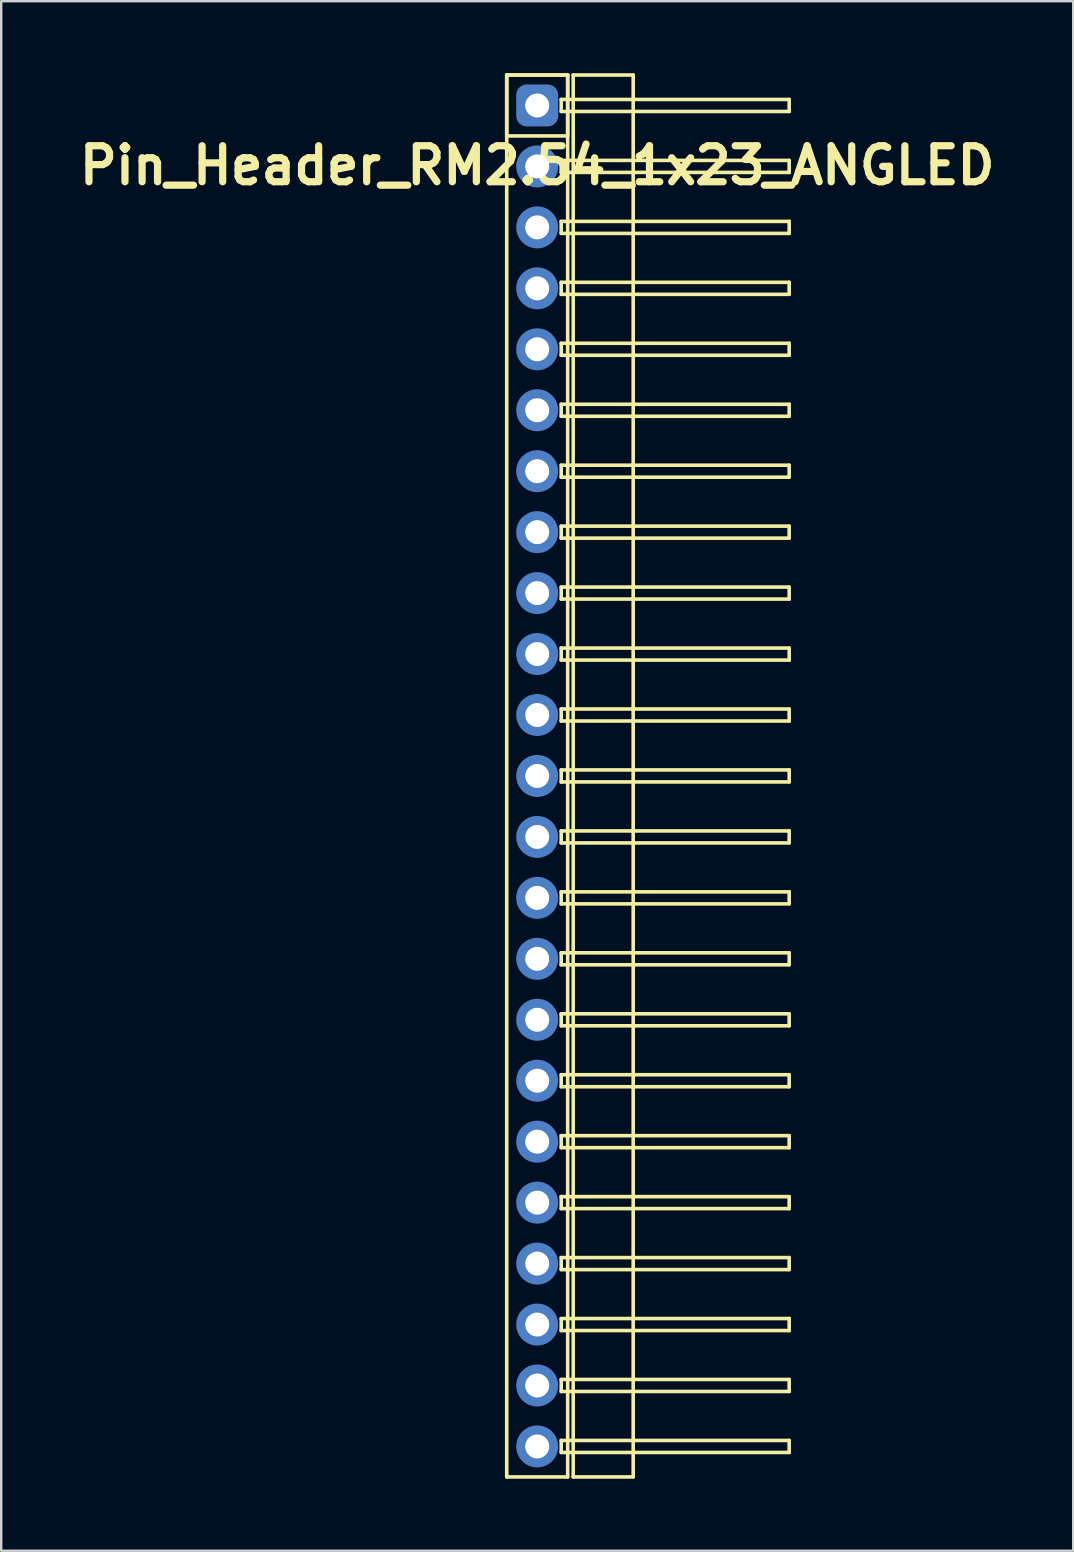
<source format=kicad_pcb>
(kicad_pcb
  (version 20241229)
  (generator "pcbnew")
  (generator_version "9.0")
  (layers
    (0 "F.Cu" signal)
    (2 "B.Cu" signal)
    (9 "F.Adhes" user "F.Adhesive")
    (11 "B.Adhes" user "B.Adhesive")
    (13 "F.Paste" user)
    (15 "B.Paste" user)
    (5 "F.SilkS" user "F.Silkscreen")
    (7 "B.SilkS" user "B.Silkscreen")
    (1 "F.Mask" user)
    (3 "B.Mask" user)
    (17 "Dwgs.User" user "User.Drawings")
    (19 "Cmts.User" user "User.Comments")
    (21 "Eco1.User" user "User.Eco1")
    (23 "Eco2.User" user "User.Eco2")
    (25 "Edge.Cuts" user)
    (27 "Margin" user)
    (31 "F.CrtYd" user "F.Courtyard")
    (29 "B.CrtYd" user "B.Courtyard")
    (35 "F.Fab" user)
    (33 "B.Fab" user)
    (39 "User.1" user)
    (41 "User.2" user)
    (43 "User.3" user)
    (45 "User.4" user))
  (footprint "Pin_Header_RM2.54_1x23_ANGLED"
    (layer "F.Cu")
    (at 19.336 1.345)
    (property "Reference" "Pin_Header_RM2.54_1x23_ANGLED" (at 0 2.5 0) (layer "F.SilkS") (effects (font (size 1.5 1.5) (thickness 0.3))))
    (attr through_hole)
    (fp_line (start -1.27 -1.27) (end 1.27 -1.27) (stroke (width 0.15) (type solid)) (layer "F.SilkS"))
    (fp_line (start -1.27 -1.27) (end 1.27 -1.27) (stroke (width 0.15) (type solid)) (layer "F.SilkS"))
    (fp_line (start -1.27 1.27) (end -1.27 -1.27) (stroke (width 0.15) (type solid)) (layer "F.SilkS"))
    (fp_line (start -1.27 57.15) (end -1.27 -1.27) (stroke (width 0.15) (type solid)) (layer "F.SilkS"))
    (fp_line (start 1 -0.25) (end 10.5 -0.25) (stroke (width 0.15) (type solid)) (layer "F.SilkS"))
    (fp_line (start 1 0.25) (end 1 -0.25) (stroke (width 0.15) (type solid)) (layer "F.SilkS"))
    (fp_line (start 1 2.29) (end 10.5 2.29) (stroke (width 0.15) (type solid)) (layer "F.SilkS"))
    (fp_line (start 1 2.79) (end 1 2.29) (stroke (width 0.15) (type solid)) (layer "F.SilkS"))
    (fp_line (start 1 4.83) (end 10.5 4.83) (stroke (width 0.15) (type solid)) (layer "F.SilkS"))
    (fp_line (start 1 5.33) (end 1 4.83) (stroke (width 0.15) (type solid)) (layer "F.SilkS"))
    (fp_line (start 1 7.37) (end 10.5 7.37) (stroke (width 0.15) (type solid)) (layer "F.SilkS"))
    (fp_line (start 1 7.87) (end 1 7.37) (stroke (width 0.15) (type solid)) (layer "F.SilkS"))
    (fp_line (start 1 9.91) (end 10.5 9.91) (stroke (width 0.15) (type solid)) (layer "F.SilkS"))
    (fp_line (start 1 10.41) (end 1 9.91) (stroke (width 0.15) (type solid)) (layer "F.SilkS"))
    (fp_line (start 1 12.45) (end 10.5 12.45) (stroke (width 0.15) (type solid)) (layer "F.SilkS"))
    (fp_line (start 1 12.95) (end 1 12.45) (stroke (width 0.15) (type solid)) (layer "F.SilkS"))
    (fp_line (start 1 14.99) (end 10.5 14.99) (stroke (width 0.15) (type solid)) (layer "F.SilkS"))
    (fp_line (start 1 15.49) (end 1 14.99) (stroke (width 0.15) (type solid)) (layer "F.SilkS"))
    (fp_line (start 1 17.53) (end 10.5 17.53) (stroke (width 0.15) (type solid)) (layer "F.SilkS"))
    (fp_line (start 1 18.03) (end 1 17.53) (stroke (width 0.15) (type solid)) (layer "F.SilkS"))
    (fp_line (start 1 20.07) (end 10.5 20.07) (stroke (width 0.15) (type solid)) (layer "F.SilkS"))
    (fp_line (start 1 20.57) (end 1 20.07) (stroke (width 0.15) (type solid)) (layer "F.SilkS"))
    (fp_line (start 1 22.61) (end 10.5 22.61) (stroke (width 0.15) (type solid)) (layer "F.SilkS"))
    (fp_line (start 1 23.11) (end 1 22.61) (stroke (width 0.15) (type solid)) (layer "F.SilkS"))
    (fp_line (start 1 25.15) (end 10.5 25.15) (stroke (width 0.15) (type solid)) (layer "F.SilkS"))
    (fp_line (start 1 25.65) (end 1 25.15) (stroke (width 0.15) (type solid)) (layer "F.SilkS"))
    (fp_line (start 1 27.69) (end 10.5 27.69) (stroke (width 0.15) (type solid)) (layer "F.SilkS"))
    (fp_line (start 1 28.19) (end 1 27.69) (stroke (width 0.15) (type solid)) (layer "F.SilkS"))
    (fp_line (start 1 30.23) (end 10.5 30.23) (stroke (width 0.15) (type solid)) (layer "F.SilkS"))
    (fp_line (start 1 30.73) (end 1 30.23) (stroke (width 0.15) (type solid)) (layer "F.SilkS"))
    (fp_line (start 1 32.77) (end 10.5 32.77) (stroke (width 0.15) (type solid)) (layer "F.SilkS"))
    (fp_line (start 1 33.27) (end 1 32.77) (stroke (width 0.15) (type solid)) (layer "F.SilkS"))
    (fp_line (start 1 35.31) (end 10.5 35.31) (stroke (width 0.15) (type solid)) (layer "F.SilkS"))
    (fp_line (start 1 35.81) (end 1 35.31) (stroke (width 0.15) (type solid)) (layer "F.SilkS"))
    (fp_line (start 1 37.85) (end 10.5 37.85) (stroke (width 0.15) (type solid)) (layer "F.SilkS"))
    (fp_line (start 1 38.35) (end 1 37.85) (stroke (width 0.15) (type solid)) (layer "F.SilkS"))
    (fp_line (start 1 40.39) (end 10.5 40.39) (stroke (width 0.15) (type solid)) (layer "F.SilkS"))
    (fp_line (start 1 40.89) (end 1 40.39) (stroke (width 0.15) (type solid)) (layer "F.SilkS"))
    (fp_line (start 1 42.93) (end 10.5 42.93) (stroke (width 0.15) (type solid)) (layer "F.SilkS"))
    (fp_line (start 1 43.43) (end 1 42.93) (stroke (width 0.15) (type solid)) (layer "F.SilkS"))
    (fp_line (start 1 45.47) (end 10.5 45.47) (stroke (width 0.15) (type solid)) (layer "F.SilkS"))
    (fp_line (start 1 45.97) (end 1 45.47) (stroke (width 0.15) (type solid)) (layer "F.SilkS"))
    (fp_line (start 1 48.01) (end 10.5 48.01) (stroke (width 0.15) (type solid)) (layer "F.SilkS"))
    (fp_line (start 1 48.51) (end 1 48.01) (stroke (width 0.15) (type solid)) (layer "F.SilkS"))
    (fp_line (start 1 50.55) (end 10.5 50.55) (stroke (width 0.15) (type solid)) (layer "F.SilkS"))
    (fp_line (start 1 51.05) (end 1 50.55) (stroke (width 0.15) (type solid)) (layer "F.SilkS"))
    (fp_line (start 1 53.09) (end 10.5 53.09) (stroke (width 0.15) (type solid)) (layer "F.SilkS"))
    (fp_line (start 1 53.59) (end 1 53.09) (stroke (width 0.15) (type solid)) (layer "F.SilkS"))
    (fp_line (start 1 55.63) (end 10.5 55.63) (stroke (width 0.15) (type solid)) (layer "F.SilkS"))
    (fp_line (start 1 56.13) (end 1 55.63) (stroke (width 0.15) (type solid)) (layer "F.SilkS"))
    (fp_line (start 1.27 -1.27) (end 1.27 1.27) (stroke (width 0.15) (type solid)) (layer "F.SilkS"))
    (fp_line (start 1.27 -1.27) (end 1.27 57.15) (stroke (width 0.15) (type solid)) (layer "F.SilkS"))
    (fp_line (start 1.27 1.27) (end -1.27 1.27) (stroke (width 0.15) (type solid)) (layer "F.SilkS"))
    (fp_line (start 1.27 57.15) (end -1.27 57.15) (stroke (width 0.15) (type solid)) (layer "F.SilkS"))
    (fp_line (start 1.5 -1.27) (end 4 -1.27) (stroke (width 0.15) (type solid)) (layer "F.SilkS"))
    (fp_line (start 1.5 57.15) (end 1.5 -1.27) (stroke (width 0.15) (type solid)) (layer "F.SilkS"))
    (fp_line (start 4 -1.27) (end 4 57.15) (stroke (width 0.15) (type solid)) (layer "F.SilkS"))
    (fp_line (start 4 57.15) (end 1.5 57.15) (stroke (width 0.15) (type solid)) (layer "F.SilkS"))
    (fp_line (start 10.5 -0.25) (end 10.5 0.25) (stroke (width 0.15) (type solid)) (layer "F.SilkS"))
    (fp_line (start 10.5 0.25) (end 1 0.25) (stroke (width 0.15) (type solid)) (layer "F.SilkS"))
    (fp_line (start 10.5 2.29) (end 10.5 2.79) (stroke (width 0.15) (type solid)) (layer "F.SilkS"))
    (fp_line (start 10.5 2.79) (end 1 2.79) (stroke (width 0.15) (type solid)) (layer "F.SilkS"))
    (fp_line (start 10.5 4.83) (end 10.5 5.33) (stroke (width 0.15) (type solid)) (layer "F.SilkS"))
    (fp_line (start 10.5 5.33) (end 1 5.33) (stroke (width 0.15) (type solid)) (layer "F.SilkS"))
    (fp_line (start 10.5 7.37) (end 10.5 7.87) (stroke (width 0.15) (type solid)) (layer "F.SilkS"))
    (fp_line (start 10.5 7.87) (end 1 7.87) (stroke (width 0.15) (type solid)) (layer "F.SilkS"))
    (fp_line (start 10.5 9.91) (end 10.5 10.41) (stroke (width 0.15) (type solid)) (layer "F.SilkS"))
    (fp_line (start 10.5 10.41) (end 1 10.41) (stroke (width 0.15) (type solid)) (layer "F.SilkS"))
    (fp_line (start 10.5 12.45) (end 10.5 12.95) (stroke (width 0.15) (type solid)) (layer "F.SilkS"))
    (fp_line (start 10.5 12.95) (end 1 12.95) (stroke (width 0.15) (type solid)) (layer "F.SilkS"))
    (fp_line (start 10.5 14.99) (end 10.5 15.49) (stroke (width 0.15) (type solid)) (layer "F.SilkS"))
    (fp_line (start 10.5 15.49) (end 1 15.49) (stroke (width 0.15) (type solid)) (layer "F.SilkS"))
    (fp_line (start 10.5 17.53) (end 10.5 18.03) (stroke (width 0.15) (type solid)) (layer "F.SilkS"))
    (fp_line (start 10.5 18.03) (end 1 18.03) (stroke (width 0.15) (type solid)) (layer "F.SilkS"))
    (fp_line (start 10.5 20.07) (end 10.5 20.57) (stroke (width 0.15) (type solid)) (layer "F.SilkS"))
    (fp_line (start 10.5 20.57) (end 1 20.57) (stroke (width 0.15) (type solid)) (layer "F.SilkS"))
    (fp_line (start 10.5 22.61) (end 10.5 23.11) (stroke (width 0.15) (type solid)) (layer "F.SilkS"))
    (fp_line (start 10.5 23.11) (end 1 23.11) (stroke (width 0.15) (type solid)) (layer "F.SilkS"))
    (fp_line (start 10.5 25.15) (end 10.5 25.65) (stroke (width 0.15) (type solid)) (layer "F.SilkS"))
    (fp_line (start 10.5 25.65) (end 1 25.65) (stroke (width 0.15) (type solid)) (layer "F.SilkS"))
    (fp_line (start 10.5 27.69) (end 10.5 28.19) (stroke (width 0.15) (type solid)) (layer "F.SilkS"))
    (fp_line (start 10.5 28.19) (end 1 28.19) (stroke (width 0.15) (type solid)) (layer "F.SilkS"))
    (fp_line (start 10.5 30.23) (end 10.5 30.73) (stroke (width 0.15) (type solid)) (layer "F.SilkS"))
    (fp_line (start 10.5 30.73) (end 1 30.73) (stroke (width 0.15) (type solid)) (layer "F.SilkS"))
    (fp_line (start 10.5 32.77) (end 10.5 33.27) (stroke (width 0.15) (type solid)) (layer "F.SilkS"))
    (fp_line (start 10.5 33.27) (end 1 33.27) (stroke (width 0.15) (type solid)) (layer "F.SilkS"))
    (fp_line (start 10.5 35.31) (end 10.5 35.81) (stroke (width 0.15) (type solid)) (layer "F.SilkS"))
    (fp_line (start 10.5 35.81) (end 1 35.81) (stroke (width 0.15) (type solid)) (layer "F.SilkS"))
    (fp_line (start 10.5 37.85) (end 10.5 38.35) (stroke (width 0.15) (type solid)) (layer "F.SilkS"))
    (fp_line (start 10.5 38.35) (end 1 38.35) (stroke (width 0.15) (type solid)) (layer "F.SilkS"))
    (fp_line (start 10.5 40.39) (end 10.5 40.89) (stroke (width 0.15) (type solid)) (layer "F.SilkS"))
    (fp_line (start 10.5 40.89) (end 1 40.89) (stroke (width 0.15) (type solid)) (layer "F.SilkS"))
    (fp_line (start 10.5 42.93) (end 10.5 43.43) (stroke (width 0.15) (type solid)) (layer "F.SilkS"))
    (fp_line (start 10.5 43.43) (end 1 43.43) (stroke (width 0.15) (type solid)) (layer "F.SilkS"))
    (fp_line (start 10.5 45.47) (end 10.5 45.97) (stroke (width 0.15) (type solid)) (layer "F.SilkS"))
    (fp_line (start 10.5 45.97) (end 1 45.97) (stroke (width 0.15) (type solid)) (layer "F.SilkS"))
    (fp_line (start 10.5 48.01) (end 10.5 48.51) (stroke (width 0.15) (type solid)) (layer "F.SilkS"))
    (fp_line (start 10.5 48.51) (end 1 48.51) (stroke (width 0.15) (type solid)) (layer "F.SilkS"))
    (fp_line (start 10.5 50.55) (end 10.5 51.05) (stroke (width 0.15) (type solid)) (layer "F.SilkS"))
    (fp_line (start 10.5 51.05) (end 1 51.05) (stroke (width 0.15) (type solid)) (layer "F.SilkS"))
    (fp_line (start 10.5 53.09) (end 10.5 53.59) (stroke (width 0.15) (type solid)) (layer "F.SilkS"))
    (fp_line (start 10.5 53.59) (end 1 53.59) (stroke (width 0.15) (type solid)) (layer "F.SilkS"))
    (fp_line (start 10.5 55.63) (end 10.5 56.13) (stroke (width 0.15) (type solid)) (layer "F.SilkS"))
    (fp_line (start 10.5 56.13) (end 1 56.13) (stroke (width 0.15) (type solid)) (layer "F.SilkS"))
    (pad "1" thru_hole circle (at 0 0) (size 1.3 1.3) (drill 1) (layers "*.Cu" "*.Mask"))
    (pad "1" smd roundrect (at 0 0) (size 1.5 1.5) (layers "F.Cu" "F.Mask") (roundrect_rratio 0.25))
    (pad "1" smd roundrect (at 0 0) (size 1.75 1.75) (layers "B.Cu" "B.Mask") (roundrect_rratio 0.25))
    (pad "2" thru_hole circle (at 0 2.54) (size 1.3 1.3) (drill 1) (layers "*.Cu" "*.Mask"))
    (pad "2" smd circle (at 0 2.54) (size 1.5 1.5) (layers "F.Cu" "F.Mask"))
    (pad "2" smd circle (at 0 2.54) (size 1.75 1.75) (layers "B.Cu" "B.Mask"))
    (pad "3" thru_hole circle (at 0 5.08) (size 1.3 1.3) (drill 1) (layers "*.Cu" "*.Mask"))
    (pad "3" smd circle (at 0 5.08) (size 1.5 1.5) (layers "F.Cu" "F.Mask"))
    (pad "3" smd circle (at 0 5.08) (size 1.75 1.75) (layers "B.Cu" "B.Mask"))
    (pad "4" thru_hole circle (at 0 7.62) (size 1.3 1.3) (drill 1) (layers "*.Cu" "*.Mask"))
    (pad "4" smd circle (at 0 7.62) (size 1.5 1.5) (layers "F.Cu" "F.Mask"))
    (pad "4" smd circle (at 0 7.62) (size 1.75 1.75) (layers "B.Cu" "B.Mask"))
    (pad "5" thru_hole circle (at 0 10.16) (size 1.3 1.3) (drill 1) (layers "*.Cu" "*.Mask"))
    (pad "5" smd circle (at 0 10.16) (size 1.5 1.5) (layers "F.Cu" "F.Mask"))
    (pad "5" smd circle (at 0 10.16) (size 1.75 1.75) (layers "B.Cu" "B.Mask"))
    (pad "6" thru_hole circle (at 0 12.7) (size 1.3 1.3) (drill 1) (layers "*.Cu" "*.Mask"))
    (pad "6" smd circle (at 0 12.7) (size 1.5 1.5) (layers "F.Cu" "F.Mask"))
    (pad "6" smd circle (at 0 12.7) (size 1.75 1.75) (layers "B.Cu" "B.Mask"))
    (pad "7" thru_hole circle (at 0 15.24) (size 1.3 1.3) (drill 1) (layers "*.Cu" "*.Mask"))
    (pad "7" smd circle (at 0 15.24) (size 1.5 1.5) (layers "F.Cu" "F.Mask"))
    (pad "7" smd circle (at 0 15.24) (size 1.75 1.75) (layers "B.Cu" "B.Mask"))
    (pad "8" thru_hole circle (at 0 17.78) (size 1.3 1.3) (drill 1) (layers "*.Cu" "*.Mask"))
    (pad "8" smd circle (at 0 17.78) (size 1.5 1.5) (layers "F.Cu" "F.Mask"))
    (pad "8" smd circle (at 0 17.78) (size 1.75 1.75) (layers "B.Cu" "B.Mask"))
    (pad "9" thru_hole circle (at 0 20.32) (size 1.3 1.3) (drill 1) (layers "*.Cu" "*.Mask"))
    (pad "9" smd circle (at 0 20.32) (size 1.5 1.5) (layers "F.Cu" "F.Mask"))
    (pad "9" smd circle (at 0 20.32) (size 1.75 1.75) (layers "B.Cu" "B.Mask"))
    (pad "10" thru_hole circle (at 0 22.86) (size 1.3 1.3) (drill 1) (layers "*.Cu" "*.Mask"))
    (pad "10" smd circle (at 0 22.86) (size 1.5 1.5) (layers "F.Cu" "F.Mask"))
    (pad "10" smd circle (at 0 22.86) (size 1.75 1.75) (layers "B.Cu" "B.Mask"))
    (pad "11" thru_hole circle (at 0 25.4) (size 1.3 1.3) (drill 1) (layers "*.Cu" "*.Mask"))
    (pad "11" smd circle (at 0 25.4) (size 1.5 1.5) (layers "F.Cu" "F.Mask"))
    (pad "11" smd circle (at 0 25.4) (size 1.75 1.75) (layers "B.Cu" "B.Mask"))
    (pad "12" thru_hole circle (at 0 27.94) (size 1.3 1.3) (drill 1) (layers "*.Cu" "*.Mask"))
    (pad "12" smd circle (at 0 27.94) (size 1.5 1.5) (layers "F.Cu" "F.Mask"))
    (pad "12" smd circle (at 0 27.94) (size 1.75 1.75) (layers "B.Cu" "B.Mask"))
    (pad "13" thru_hole circle (at 0 30.48) (size 1.3 1.3) (drill 1) (layers "*.Cu" "*.Mask"))
    (pad "13" smd circle (at 0 30.48) (size 1.5 1.5) (layers "F.Cu" "F.Mask"))
    (pad "13" smd circle (at 0 30.48) (size 1.75 1.75) (layers "B.Cu" "B.Mask"))
    (pad "14" thru_hole circle (at 0 33.02) (size 1.3 1.3) (drill 1) (layers "*.Cu" "*.Mask"))
    (pad "14" smd circle (at 0 33.02) (size 1.5 1.5) (layers "F.Cu" "F.Mask"))
    (pad "14" smd circle (at 0 33.02) (size 1.75 1.75) (layers "B.Cu" "B.Mask"))
    (pad "15" thru_hole circle (at 0 35.56) (size 1.3 1.3) (drill 1) (layers "*.Cu" "*.Mask"))
    (pad "15" smd circle (at 0 35.56) (size 1.5 1.5) (layers "F.Cu" "F.Mask"))
    (pad "15" smd circle (at 0 35.56) (size 1.75 1.75) (layers "B.Cu" "B.Mask"))
    (pad "16" thru_hole circle (at 0 38.1) (size 1.3 1.3) (drill 1) (layers "*.Cu" "*.Mask"))
    (pad "16" smd circle (at 0 38.1) (size 1.5 1.5) (layers "F.Cu" "F.Mask"))
    (pad "16" smd circle (at 0 38.1) (size 1.75 1.75) (layers "B.Cu" "B.Mask"))
    (pad "17" thru_hole circle (at 0 40.64) (size 1.3 1.3) (drill 1) (layers "*.Cu" "*.Mask"))
    (pad "17" smd circle (at 0 40.64) (size 1.5 1.5) (layers "F.Cu" "F.Mask"))
    (pad "17" smd circle (at 0 40.64) (size 1.75 1.75) (layers "B.Cu" "B.Mask"))
    (pad "18" thru_hole circle (at 0 43.18) (size 1.3 1.3) (drill 1) (layers "*.Cu" "*.Mask"))
    (pad "18" smd circle (at 0 43.18) (size 1.5 1.5) (layers "F.Cu" "F.Mask"))
    (pad "18" smd circle (at 0 43.18) (size 1.75 1.75) (layers "B.Cu" "B.Mask"))
    (pad "19" thru_hole circle (at 0 45.72) (size 1.3 1.3) (drill 1) (layers "*.Cu" "*.Mask"))
    (pad "19" smd circle (at 0 45.72) (size 1.5 1.5) (layers "F.Cu" "F.Mask"))
    (pad "19" smd circle (at 0 45.72) (size 1.75 1.75) (layers "B.Cu" "B.Mask"))
    (pad "20" thru_hole circle (at 0 48.26) (size 1.3 1.3) (drill 1) (layers "*.Cu" "*.Mask"))
    (pad "20" smd circle (at 0 48.26) (size 1.5 1.5) (layers "F.Cu" "F.Mask"))
    (pad "20" smd circle (at 0 48.26) (size 1.75 1.75) (layers "B.Cu" "B.Mask"))
    (pad "21" thru_hole circle (at 0 50.8) (size 1.3 1.3) (drill 1) (layers "*.Cu" "*.Mask"))
    (pad "21" smd circle (at 0 50.8) (size 1.5 1.5) (layers "F.Cu" "F.Mask"))
    (pad "21" smd circle (at 0 50.8) (size 1.75 1.75) (layers "B.Cu" "B.Mask"))
    (pad "22" thru_hole circle (at 0 53.34) (size 1.3 1.3) (drill 1) (layers "*.Cu" "*.Mask"))
    (pad "22" smd circle (at 0 53.34) (size 1.5 1.5) (layers "F.Cu" "F.Mask"))
    (pad "22" smd circle (at 0 53.34) (size 1.75 1.75) (layers "B.Cu" "B.Mask"))
    (pad "23" thru_hole circle (at 0 55.88) (size 1.3 1.3) (drill 1) (layers "*.Cu" "*.Mask"))
    (pad "23" smd circle (at 0 55.88) (size 1.5 1.5) (layers "F.Cu" "F.Mask"))
    (pad "23" smd circle (at 0 55.88) (size 1.75 1.75) (layers "B.Cu" "B.Mask")))
  (gr_rect
    (start -3 -3)
    (end 41.671 61.57)
    (stroke (width 0.1) (type default))
    (fill no)
    (layer "Edge.Cuts")))
</source>
